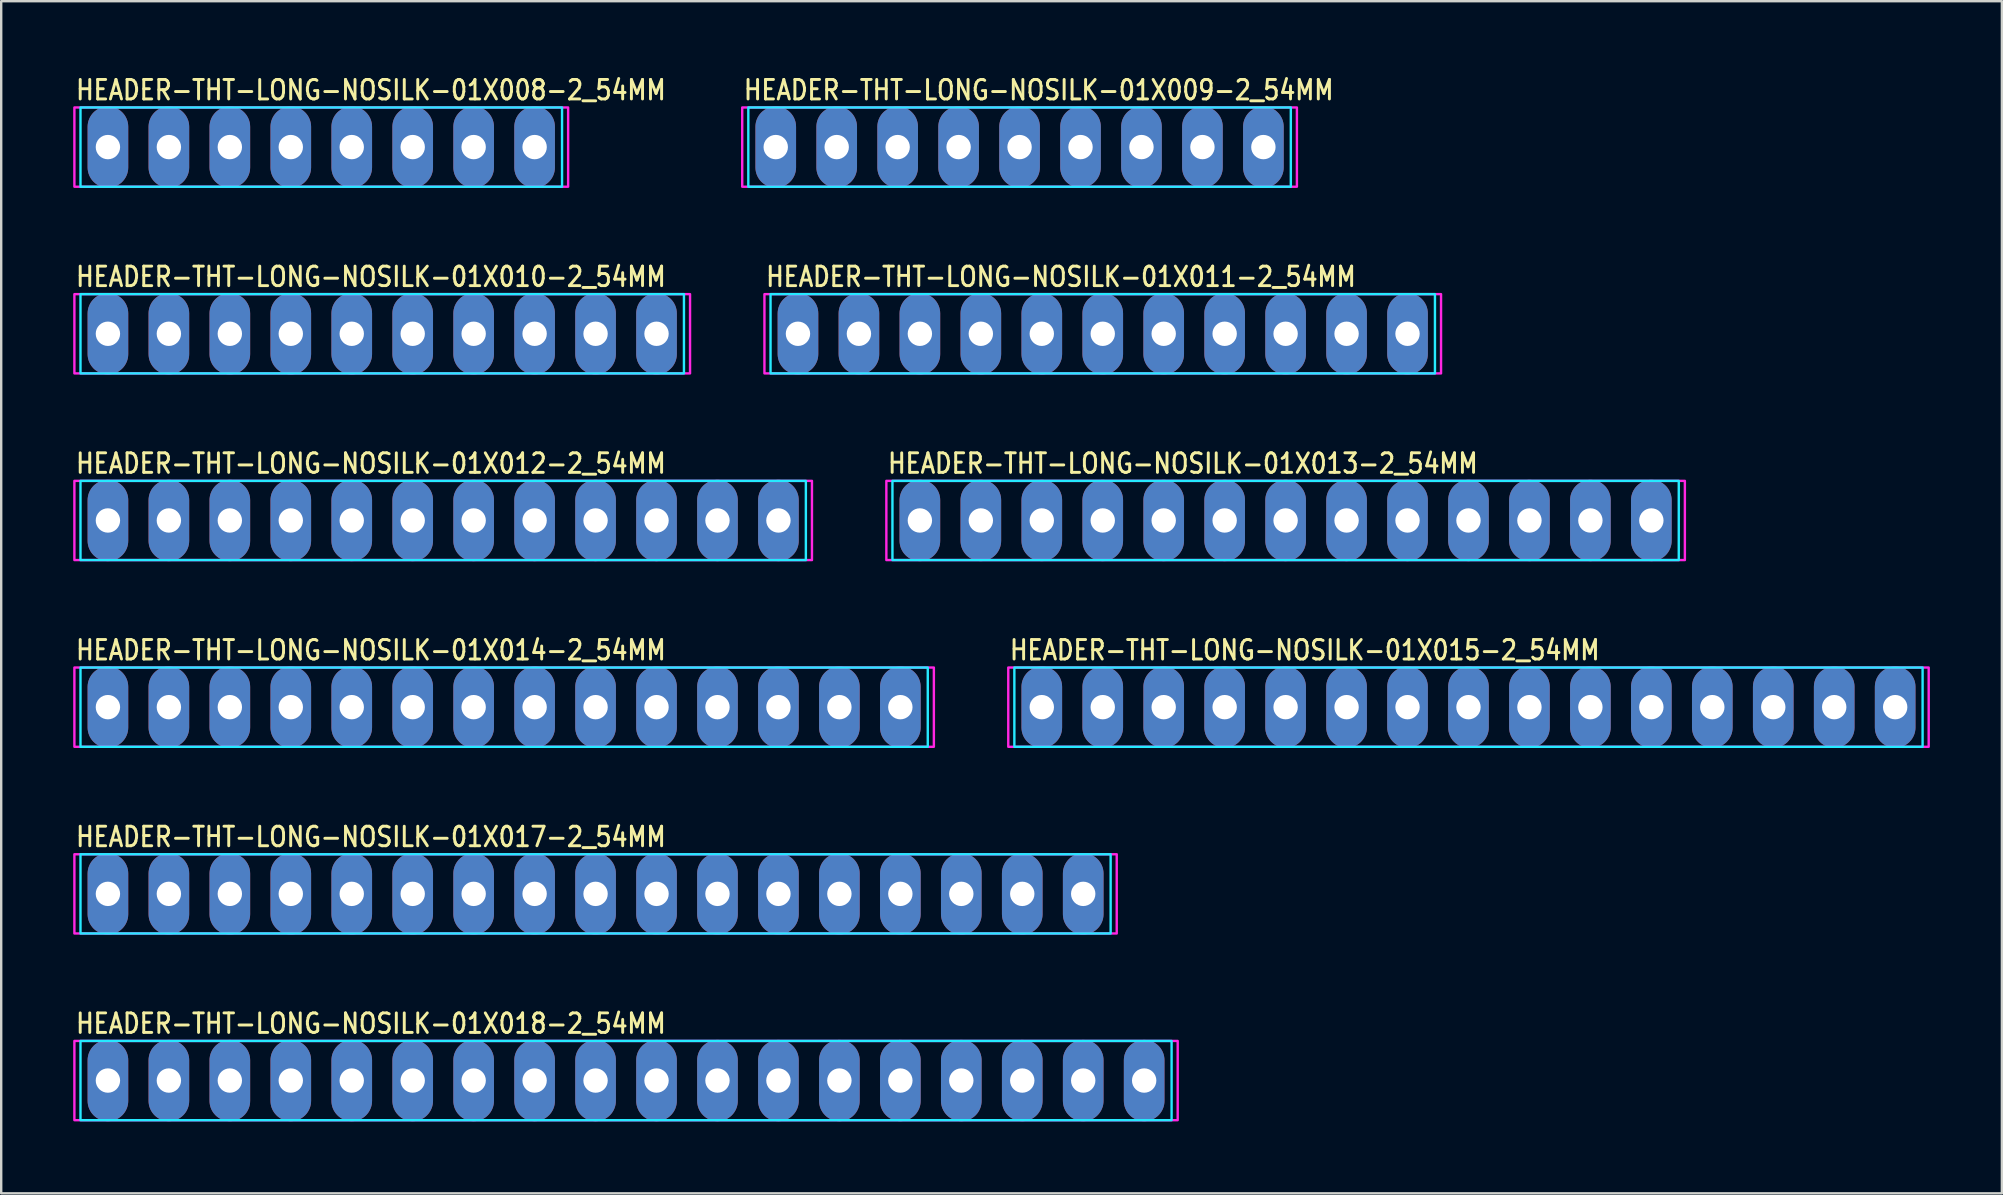
<source format=kicad_pcb>
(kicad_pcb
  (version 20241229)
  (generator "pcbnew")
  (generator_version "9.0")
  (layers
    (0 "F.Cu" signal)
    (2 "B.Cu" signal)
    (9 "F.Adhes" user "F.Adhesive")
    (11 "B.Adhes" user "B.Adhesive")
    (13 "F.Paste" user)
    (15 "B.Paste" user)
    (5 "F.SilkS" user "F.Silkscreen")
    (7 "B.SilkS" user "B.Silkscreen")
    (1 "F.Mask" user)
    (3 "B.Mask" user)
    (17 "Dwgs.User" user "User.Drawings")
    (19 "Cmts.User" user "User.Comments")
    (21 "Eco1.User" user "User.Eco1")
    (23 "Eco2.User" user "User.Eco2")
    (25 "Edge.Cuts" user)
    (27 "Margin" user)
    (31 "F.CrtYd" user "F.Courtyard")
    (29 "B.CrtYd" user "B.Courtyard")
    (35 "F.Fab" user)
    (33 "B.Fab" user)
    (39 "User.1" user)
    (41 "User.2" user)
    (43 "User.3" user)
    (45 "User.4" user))
  (footprint "HEADER-THT-LONG-NOSILK-01X015-2_54MM"
    (layer "F.Cu")
    (at 40.361 26.417)
    (property "Reference" "HEADER-THT-LONG-NOSILK-01X015-2_54MM" (at -1.4 -1.9 0) (unlocked yes) (layer "F.SilkS") (effects (font (size 0.813 0.695) (thickness 0.122)) (justify left bottom)))
    (fp_poly (pts (xy -1.143 -1.651) (xy 36.703 -1.651) (xy 36.703 1.651) (xy -1.143 1.651)) (stroke (width 0.1) (type solid)) (fill no) (layer "B.CrtYd"))
    (fp_poly (pts (xy -1.397 -1.651) (xy 36.957 -1.651) (xy 36.957 1.651) (xy -1.397 1.651)) (stroke (width 0.1) (type solid)) (fill no) (layer "F.CrtYd"))
    (pad "1" thru_hole oval (at 0 0 90) (size 3.387 1.693) (drill 1.016) (layers "*.Cu" "*.Mask"))
    (pad "2" thru_hole oval (at 2.54 0 90) (size 3.387 1.693) (drill 1.016) (layers "*.Cu" "*.Mask"))
    (pad "3" thru_hole oval (at 5.08 0 90) (size 3.387 1.693) (drill 1.016) (layers "*.Cu" "*.Mask"))
    (pad "4" thru_hole oval (at 7.62 0 90) (size 3.387 1.693) (drill 1.016) (layers "*.Cu" "*.Mask"))
    (pad "5" thru_hole oval (at 10.16 0 90) (size 3.387 1.693) (drill 1.016) (layers "*.Cu" "*.Mask"))
    (pad "6" thru_hole oval (at 12.7 0 90) (size 3.387 1.693) (drill 1.016) (layers "*.Cu" "*.Mask"))
    (pad "7" thru_hole oval (at 15.24 0 90) (size 3.387 1.693) (drill 1.016) (layers "*.Cu" "*.Mask"))
    (pad "8" thru_hole oval (at 17.78 0 90) (size 3.387 1.693) (drill 1.016) (layers "*.Cu" "*.Mask"))
    (pad "9" thru_hole oval (at 20.32 0 90) (size 3.387 1.693) (drill 1.016) (layers "*.Cu" "*.Mask"))
    (pad "10" thru_hole oval (at 22.86 0 90) (size 3.387 1.693) (drill 1.016) (layers "*.Cu" "*.Mask"))
    (pad "11" thru_hole oval (at 25.4 0 90) (size 3.387 1.693) (drill 1.016) (layers "*.Cu" "*.Mask"))
    (pad "12" thru_hole oval (at 27.94 0 90) (size 3.387 1.693) (drill 1.016) (layers "*.Cu" "*.Mask"))
    (pad "13" thru_hole oval (at 30.48 0 90) (size 3.387 1.693) (drill 1.016) (layers "*.Cu" "*.Mask"))
    (pad "14" thru_hole oval (at 33.02 0 90) (size 3.387 1.693) (drill 1.016) (layers "*.Cu" "*.Mask"))
    (pad "15" thru_hole oval (at 35.56 0 90) (size 3.387 1.693) (drill 1.016) (layers "*.Cu" "*.Mask")))
  (footprint "HEADER-THT-LONG-NOSILK-01X009-2_54MM"
    (layer "F.Cu")
    (at 29.275 3.079)
    (property "Reference" "HEADER-THT-LONG-NOSILK-01X009-2_54MM" (at -1.4 -1.9 0) (unlocked yes) (layer "F.SilkS") (effects (font (size 0.813 0.695) (thickness 0.122)) (justify left bottom)))
    (fp_poly (pts (xy -1.143 -1.651) (xy 21.463 -1.651) (xy 21.463 1.651) (xy -1.143 1.651)) (stroke (width 0.1) (type solid)) (fill no) (layer "B.CrtYd"))
    (fp_poly (pts (xy -1.397 -1.651) (xy 21.717 -1.651) (xy 21.717 1.651) (xy -1.397 1.651)) (stroke (width 0.1) (type solid)) (fill no) (layer "F.CrtYd"))
    (pad "1" thru_hole oval (at 0 0 90) (size 3.387 1.693) (drill 1.016) (layers "*.Cu" "*.Mask"))
    (pad "2" thru_hole oval (at 2.54 0 90) (size 3.387 1.693) (drill 1.016) (layers "*.Cu" "*.Mask"))
    (pad "3" thru_hole oval (at 5.08 0 90) (size 3.387 1.693) (drill 1.016) (layers "*.Cu" "*.Mask"))
    (pad "4" thru_hole oval (at 7.62 0 90) (size 3.387 1.693) (drill 1.016) (layers "*.Cu" "*.Mask"))
    (pad "5" thru_hole oval (at 10.16 0 90) (size 3.387 1.693) (drill 1.016) (layers "*.Cu" "*.Mask"))
    (pad "6" thru_hole oval (at 12.7 0 90) (size 3.387 1.693) (drill 1.016) (layers "*.Cu" "*.Mask"))
    (pad "7" thru_hole oval (at 15.24 0 90) (size 3.387 1.693) (drill 1.016) (layers "*.Cu" "*.Mask"))
    (pad "8" thru_hole oval (at 17.78 0 90) (size 3.387 1.693) (drill 1.016) (layers "*.Cu" "*.Mask"))
    (pad "9" thru_hole oval (at 20.32 0 90) (size 3.387 1.693) (drill 1.016) (layers "*.Cu" "*.Mask")))
  (footprint "HEADER-THT-LONG-NOSILK-01X014-2_54MM"
    (layer "F.Cu")
    (at 1.447 26.417)
    (property "Reference" "HEADER-THT-LONG-NOSILK-01X014-2_54MM" (at -1.4 -1.9 0) (unlocked yes) (layer "F.SilkS") (effects (font (size 0.813 0.695) (thickness 0.122)) (justify left bottom)))
    (fp_poly (pts (xy -1.143 -1.651) (xy 34.163 -1.651) (xy 34.163 1.651) (xy -1.143 1.651)) (stroke (width 0.1) (type solid)) (fill no) (layer "B.CrtYd"))
    (fp_poly (pts (xy -1.397 -1.651) (xy 34.417 -1.651) (xy 34.417 1.651) (xy -1.397 1.651)) (stroke (width 0.1) (type solid)) (fill no) (layer "F.CrtYd"))
    (pad "1" thru_hole oval (at 0 0 90) (size 3.387 1.693) (drill 1.016) (layers "*.Cu" "*.Mask"))
    (pad "2" thru_hole oval (at 2.54 0 90) (size 3.387 1.693) (drill 1.016) (layers "*.Cu" "*.Mask"))
    (pad "3" thru_hole oval (at 5.08 0 90) (size 3.387 1.693) (drill 1.016) (layers "*.Cu" "*.Mask"))
    (pad "4" thru_hole oval (at 7.62 0 90) (size 3.387 1.693) (drill 1.016) (layers "*.Cu" "*.Mask"))
    (pad "5" thru_hole oval (at 10.16 0 90) (size 3.387 1.693) (drill 1.016) (layers "*.Cu" "*.Mask"))
    (pad "6" thru_hole oval (at 12.7 0 90) (size 3.387 1.693) (drill 1.016) (layers "*.Cu" "*.Mask"))
    (pad "7" thru_hole oval (at 15.24 0 90) (size 3.387 1.693) (drill 1.016) (layers "*.Cu" "*.Mask"))
    (pad "8" thru_hole oval (at 17.78 0 90) (size 3.387 1.693) (drill 1.016) (layers "*.Cu" "*.Mask"))
    (pad "9" thru_hole oval (at 20.32 0 90) (size 3.387 1.693) (drill 1.016) (layers "*.Cu" "*.Mask"))
    (pad "10" thru_hole oval (at 22.86 0 90) (size 3.387 1.693) (drill 1.016) (layers "*.Cu" "*.Mask"))
    (pad "11" thru_hole oval (at 25.4 0 90) (size 3.387 1.693) (drill 1.016) (layers "*.Cu" "*.Mask"))
    (pad "12" thru_hole oval (at 27.94 0 90) (size 3.387 1.693) (drill 1.016) (layers "*.Cu" "*.Mask"))
    (pad "13" thru_hole oval (at 30.48 0 90) (size 3.387 1.693) (drill 1.016) (layers "*.Cu" "*.Mask"))
    (pad "14" thru_hole oval (at 33.02 0 90) (size 3.387 1.693) (drill 1.016) (layers "*.Cu" "*.Mask")))
  (footprint "HEADER-THT-LONG-NOSILK-01X008-2_54MM"
    (layer "F.Cu")
    (at 1.447 3.079)
    (property "Reference" "HEADER-THT-LONG-NOSILK-01X008-2_54MM" (at -1.4 -1.9 0) (unlocked yes) (layer "F.SilkS") (effects (font (size 0.813 0.695) (thickness 0.122)) (justify left bottom)))
    (fp_poly (pts (xy -1.143 -1.651) (xy 18.923 -1.651) (xy 18.923 1.651) (xy -1.143 1.651)) (stroke (width 0.1) (type solid)) (fill no) (layer "B.CrtYd"))
    (fp_poly (pts (xy -1.397 -1.651) (xy 19.177 -1.651) (xy 19.177 1.651) (xy -1.397 1.651)) (stroke (width 0.1) (type solid)) (fill no) (layer "F.CrtYd"))
    (pad "1" thru_hole oval (at 0 0 90) (size 3.387 1.693) (drill 1.016) (layers "*.Cu" "*.Mask"))
    (pad "2" thru_hole oval (at 2.54 0 90) (size 3.387 1.693) (drill 1.016) (layers "*.Cu" "*.Mask"))
    (pad "3" thru_hole oval (at 5.08 0 90) (size 3.387 1.693) (drill 1.016) (layers "*.Cu" "*.Mask"))
    (pad "4" thru_hole oval (at 7.62 0 90) (size 3.387 1.693) (drill 1.016) (layers "*.Cu" "*.Mask"))
    (pad "5" thru_hole oval (at 10.16 0 90) (size 3.387 1.693) (drill 1.016) (layers "*.Cu" "*.Mask"))
    (pad "6" thru_hole oval (at 12.7 0 90) (size 3.387 1.693) (drill 1.016) (layers "*.Cu" "*.Mask"))
    (pad "7" thru_hole oval (at 15.24 0 90) (size 3.387 1.693) (drill 1.016) (layers "*.Cu" "*.Mask"))
    (pad "8" thru_hole oval (at 17.78 0 90) (size 3.387 1.693) (drill 1.016) (layers "*.Cu" "*.Mask")))
  (footprint "HEADER-THT-LONG-NOSILK-01X011-2_54MM"
    (layer "F.Cu")
    (at 30.201 10.858)
    (property "Reference" "HEADER-THT-LONG-NOSILK-01X011-2_54MM" (at -1.4 -1.9 0) (unlocked yes) (layer "F.SilkS") (effects (font (size 0.813 0.695) (thickness 0.122)) (justify left bottom)))
    (fp_poly (pts (xy -1.143 -1.651) (xy 26.543 -1.651) (xy 26.543 1.651) (xy -1.143 1.651)) (stroke (width 0.1) (type solid)) (fill no) (layer "B.CrtYd"))
    (fp_poly (pts (xy -1.397 -1.651) (xy 26.797 -1.651) (xy 26.797 1.651) (xy -1.397 1.651)) (stroke (width 0.1) (type solid)) (fill no) (layer "F.CrtYd"))
    (pad "1" thru_hole oval (at 0 0 90) (size 3.387 1.693) (drill 1.016) (layers "*.Cu" "*.Mask"))
    (pad "2" thru_hole oval (at 2.54 0 90) (size 3.387 1.693) (drill 1.016) (layers "*.Cu" "*.Mask"))
    (pad "3" thru_hole oval (at 5.08 0 90) (size 3.387 1.693) (drill 1.016) (layers "*.Cu" "*.Mask"))
    (pad "4" thru_hole oval (at 7.62 0 90) (size 3.387 1.693) (drill 1.016) (layers "*.Cu" "*.Mask"))
    (pad "5" thru_hole oval (at 10.16 0 90) (size 3.387 1.693) (drill 1.016) (layers "*.Cu" "*.Mask"))
    (pad "6" thru_hole oval (at 12.7 0 90) (size 3.387 1.693) (drill 1.016) (layers "*.Cu" "*.Mask"))
    (pad "7" thru_hole oval (at 15.24 0 90) (size 3.387 1.693) (drill 1.016) (layers "*.Cu" "*.Mask"))
    (pad "8" thru_hole oval (at 17.78 0 90) (size 3.387 1.693) (drill 1.016) (layers "*.Cu" "*.Mask"))
    (pad "9" thru_hole oval (at 20.32 0 90) (size 3.387 1.693) (drill 1.016) (layers "*.Cu" "*.Mask"))
    (pad "10" thru_hole oval (at 22.86 0 90) (size 3.387 1.693) (drill 1.016) (layers "*.Cu" "*.Mask"))
    (pad "11" thru_hole oval (at 25.4 0 90) (size 3.387 1.693) (drill 1.016) (layers "*.Cu" "*.Mask")))
  (footprint "HEADER-THT-LONG-NOSILK-01X010-2_54MM"
    (layer "F.Cu")
    (at 1.447 10.858)
    (property "Reference" "HEADER-THT-LONG-NOSILK-01X010-2_54MM" (at -1.4 -1.9 0) (unlocked yes) (layer "F.SilkS") (effects (font (size 0.813 0.695) (thickness 0.122)) (justify left bottom)))
    (fp_poly (pts (xy -1.143 -1.651) (xy 24.003 -1.651) (xy 24.003 1.651) (xy -1.143 1.651)) (stroke (width 0.1) (type solid)) (fill no) (layer "B.CrtYd"))
    (fp_poly (pts (xy -1.397 -1.651) (xy 24.257 -1.651) (xy 24.257 1.651) (xy -1.397 1.651)) (stroke (width 0.1) (type solid)) (fill no) (layer "F.CrtYd"))
    (pad "1" thru_hole oval (at 0 0 90) (size 3.387 1.693) (drill 1.016) (layers "*.Cu" "*.Mask"))
    (pad "2" thru_hole oval (at 2.54 0 90) (size 3.387 1.693) (drill 1.016) (layers "*.Cu" "*.Mask"))
    (pad "3" thru_hole oval (at 5.08 0 90) (size 3.387 1.693) (drill 1.016) (layers "*.Cu" "*.Mask"))
    (pad "4" thru_hole oval (at 7.62 0 90) (size 3.387 1.693) (drill 1.016) (layers "*.Cu" "*.Mask"))
    (pad "5" thru_hole oval (at 10.16 0 90) (size 3.387 1.693) (drill 1.016) (layers "*.Cu" "*.Mask"))
    (pad "6" thru_hole oval (at 12.7 0 90) (size 3.387 1.693) (drill 1.016) (layers "*.Cu" "*.Mask"))
    (pad "7" thru_hole oval (at 15.24 0 90) (size 3.387 1.693) (drill 1.016) (layers "*.Cu" "*.Mask"))
    (pad "8" thru_hole oval (at 17.78 0 90) (size 3.387 1.693) (drill 1.016) (layers "*.Cu" "*.Mask"))
    (pad "9" thru_hole oval (at 20.32 0 90) (size 3.387 1.693) (drill 1.016) (layers "*.Cu" "*.Mask"))
    (pad "10" thru_hole oval (at 22.86 0 90) (size 3.387 1.693) (drill 1.016) (layers "*.Cu" "*.Mask")))
  (footprint "HEADER-THT-LONG-NOSILK-01X012-2_54MM"
    (layer "F.Cu")
    (at 1.447 18.638)
    (property "Reference" "HEADER-THT-LONG-NOSILK-01X012-2_54MM" (at -1.4 -1.9 0) (unlocked yes) (layer "F.SilkS") (effects (font (size 0.813 0.695) (thickness 0.122)) (justify left bottom)))
    (fp_poly (pts (xy -1.143 -1.651) (xy 29.083 -1.651) (xy 29.083 1.651) (xy -1.143 1.651)) (stroke (width 0.1) (type solid)) (fill no) (layer "B.CrtYd"))
    (fp_poly (pts (xy -1.397 -1.651) (xy 29.337 -1.651) (xy 29.337 1.651) (xy -1.397 1.651)) (stroke (width 0.1) (type solid)) (fill no) (layer "F.CrtYd"))
    (pad "1" thru_hole oval (at 0 0 90) (size 3.387 1.693) (drill 1.016) (layers "*.Cu" "*.Mask"))
    (pad "2" thru_hole oval (at 2.54 0 90) (size 3.387 1.693) (drill 1.016) (layers "*.Cu" "*.Mask"))
    (pad "3" thru_hole oval (at 5.08 0 90) (size 3.387 1.693) (drill 1.016) (layers "*.Cu" "*.Mask"))
    (pad "4" thru_hole oval (at 7.62 0 90) (size 3.387 1.693) (drill 1.016) (layers "*.Cu" "*.Mask"))
    (pad "5" thru_hole oval (at 10.16 0 90) (size 3.387 1.693) (drill 1.016) (layers "*.Cu" "*.Mask"))
    (pad "6" thru_hole oval (at 12.7 0 90) (size 3.387 1.693) (drill 1.016) (layers "*.Cu" "*.Mask"))
    (pad "7" thru_hole oval (at 15.24 0 90) (size 3.387 1.693) (drill 1.016) (layers "*.Cu" "*.Mask"))
    (pad "8" thru_hole oval (at 17.78 0 90) (size 3.387 1.693) (drill 1.016) (layers "*.Cu" "*.Mask"))
    (pad "9" thru_hole oval (at 20.32 0 90) (size 3.387 1.693) (drill 1.016) (layers "*.Cu" "*.Mask"))
    (pad "10" thru_hole oval (at 22.86 0 90) (size 3.387 1.693) (drill 1.016) (layers "*.Cu" "*.Mask"))
    (pad "11" thru_hole oval (at 25.4 0 90) (size 3.387 1.693) (drill 1.016) (layers "*.Cu" "*.Mask"))
    (pad "12" thru_hole oval (at 27.94 0 90) (size 3.387 1.693) (drill 1.016) (layers "*.Cu" "*.Mask")))
  (footprint "HEADER-THT-LONG-NOSILK-01X013-2_54MM"
    (layer "F.Cu")
    (at 35.281 18.638)
    (property "Reference" "HEADER-THT-LONG-NOSILK-01X013-2_54MM" (at -1.4 -1.9 0) (unlocked yes) (layer "F.SilkS") (effects (font (size 0.813 0.695) (thickness 0.122)) (justify left bottom)))
    (fp_poly (pts (xy -1.143 -1.651) (xy 31.623 -1.651) (xy 31.623 1.651) (xy -1.143 1.651)) (stroke (width 0.1) (type solid)) (fill no) (layer "B.CrtYd"))
    (fp_poly (pts (xy -1.397 -1.651) (xy 31.877 -1.651) (xy 31.877 1.651) (xy -1.397 1.651)) (stroke (width 0.1) (type solid)) (fill no) (layer "F.CrtYd"))
    (pad "1" thru_hole oval (at 0 0 90) (size 3.387 1.693) (drill 1.016) (layers "*.Cu" "*.Mask"))
    (pad "2" thru_hole oval (at 2.54 0 90) (size 3.387 1.693) (drill 1.016) (layers "*.Cu" "*.Mask"))
    (pad "3" thru_hole oval (at 5.08 0 90) (size 3.387 1.693) (drill 1.016) (layers "*.Cu" "*.Mask"))
    (pad "4" thru_hole oval (at 7.62 0 90) (size 3.387 1.693) (drill 1.016) (layers "*.Cu" "*.Mask"))
    (pad "5" thru_hole oval (at 10.16 0 90) (size 3.387 1.693) (drill 1.016) (layers "*.Cu" "*.Mask"))
    (pad "6" thru_hole oval (at 12.7 0 90) (size 3.387 1.693) (drill 1.016) (layers "*.Cu" "*.Mask"))
    (pad "7" thru_hole oval (at 15.24 0 90) (size 3.387 1.693) (drill 1.016) (layers "*.Cu" "*.Mask"))
    (pad "8" thru_hole oval (at 17.78 0 90) (size 3.387 1.693) (drill 1.016) (layers "*.Cu" "*.Mask"))
    (pad "9" thru_hole oval (at 20.32 0 90) (size 3.387 1.693) (drill 1.016) (layers "*.Cu" "*.Mask"))
    (pad "10" thru_hole oval (at 22.86 0 90) (size 3.387 1.693) (drill 1.016) (layers "*.Cu" "*.Mask"))
    (pad "11" thru_hole oval (at 25.4 0 90) (size 3.387 1.693) (drill 1.016) (layers "*.Cu" "*.Mask"))
    (pad "12" thru_hole oval (at 27.94 0 90) (size 3.387 1.693) (drill 1.016) (layers "*.Cu" "*.Mask"))
    (pad "13" thru_hole oval (at 30.48 0 90) (size 3.387 1.693) (drill 1.016) (layers "*.Cu" "*.Mask")))
  (footprint "HEADER-THT-LONG-NOSILK-01X017-2_54MM"
    (layer "F.Cu")
    (at 1.447 34.197)
    (property "Reference" "HEADER-THT-LONG-NOSILK-01X017-2_54MM" (at -1.4 -1.9 0) (unlocked yes) (layer "F.SilkS") (effects (font (size 0.813 0.695) (thickness 0.122)) (justify left bottom)))
    (fp_poly (pts (xy -1.143 -1.651) (xy 41.783 -1.651) (xy 41.783 1.651) (xy -1.143 1.651)) (stroke (width 0.1) (type solid)) (fill no) (layer "B.CrtYd"))
    (fp_poly (pts (xy -1.397 -1.651) (xy 42.037 -1.651) (xy 42.037 1.651) (xy -1.397 1.651)) (stroke (width 0.1) (type solid)) (fill no) (layer "F.CrtYd"))
    (pad "1" thru_hole oval (at 0 0 90) (size 3.387 1.693) (drill 1.016) (layers "*.Cu" "*.Mask"))
    (pad "2" thru_hole oval (at 2.54 0 90) (size 3.387 1.693) (drill 1.016) (layers "*.Cu" "*.Mask"))
    (pad "3" thru_hole oval (at 5.08 0 90) (size 3.387 1.693) (drill 1.016) (layers "*.Cu" "*.Mask"))
    (pad "4" thru_hole oval (at 7.62 0 90) (size 3.387 1.693) (drill 1.016) (layers "*.Cu" "*.Mask"))
    (pad "5" thru_hole oval (at 10.16 0 90) (size 3.387 1.693) (drill 1.016) (layers "*.Cu" "*.Mask"))
    (pad "6" thru_hole oval (at 12.7 0 90) (size 3.387 1.693) (drill 1.016) (layers "*.Cu" "*.Mask"))
    (pad "7" thru_hole oval (at 15.24 0 90) (size 3.387 1.693) (drill 1.016) (layers "*.Cu" "*.Mask"))
    (pad "8" thru_hole oval (at 17.78 0 90) (size 3.387 1.693) (drill 1.016) (layers "*.Cu" "*.Mask"))
    (pad "9" thru_hole oval (at 20.32 0 90) (size 3.387 1.693) (drill 1.016) (layers "*.Cu" "*.Mask"))
    (pad "10" thru_hole oval (at 22.86 0 90) (size 3.387 1.693) (drill 1.016) (layers "*.Cu" "*.Mask"))
    (pad "11" thru_hole oval (at 25.4 0 90) (size 3.387 1.693) (drill 1.016) (layers "*.Cu" "*.Mask"))
    (pad "12" thru_hole oval (at 27.94 0 90) (size 3.387 1.693) (drill 1.016) (layers "*.Cu" "*.Mask"))
    (pad "13" thru_hole oval (at 30.48 0 90) (size 3.387 1.693) (drill 1.016) (layers "*.Cu" "*.Mask"))
    (pad "14" thru_hole oval (at 33.02 0 90) (size 3.387 1.693) (drill 1.016) (layers "*.Cu" "*.Mask"))
    (pad "15" thru_hole oval (at 35.56 0 90) (size 3.387 1.693) (drill 1.016) (layers "*.Cu" "*.Mask"))
    (pad "16" thru_hole oval (at 38.1 0 90) (size 3.387 1.693) (drill 1.016) (layers "*.Cu" "*.Mask"))
    (pad "17" thru_hole oval (at 40.64 0 90) (size 3.387 1.693) (drill 1.016) (layers "*.Cu" "*.Mask")))
  (footprint "HEADER-THT-LONG-NOSILK-01X018-2_54MM"
    (layer "F.Cu")
    (at 1.447 41.976)
    (property "Reference" "HEADER-THT-LONG-NOSILK-01X018-2_54MM" (at -1.4 -1.9 0) (unlocked yes) (layer "F.SilkS") (effects (font (size 0.813 0.695) (thickness 0.122)) (justify left bottom)))
    (fp_poly (pts (xy -1.143 -1.651) (xy 44.323 -1.651) (xy 44.323 1.651) (xy -1.143 1.651)) (stroke (width 0.1) (type solid)) (fill no) (layer "B.CrtYd"))
    (fp_poly (pts (xy -1.397 -1.651) (xy 44.577 -1.651) (xy 44.577 1.651) (xy -1.397 1.651)) (stroke (width 0.1) (type solid)) (fill no) (layer "F.CrtYd"))
    (pad "1" thru_hole oval (at 0 0 90) (size 3.387 1.693) (drill 1.016) (layers "*.Cu" "*.Mask"))
    (pad "2" thru_hole oval (at 2.54 0 90) (size 3.387 1.693) (drill 1.016) (layers "*.Cu" "*.Mask"))
    (pad "3" thru_hole oval (at 5.08 0 90) (size 3.387 1.693) (drill 1.016) (layers "*.Cu" "*.Mask"))
    (pad "4" thru_hole oval (at 7.62 0 90) (size 3.387 1.693) (drill 1.016) (layers "*.Cu" "*.Mask"))
    (pad "5" thru_hole oval (at 10.16 0 90) (size 3.387 1.693) (drill 1.016) (layers "*.Cu" "*.Mask"))
    (pad "6" thru_hole oval (at 12.7 0 90) (size 3.387 1.693) (drill 1.016) (layers "*.Cu" "*.Mask"))
    (pad "7" thru_hole oval (at 15.24 0 90) (size 3.387 1.693) (drill 1.016) (layers "*.Cu" "*.Mask"))
    (pad "8" thru_hole oval (at 17.78 0 90) (size 3.387 1.693) (drill 1.016) (layers "*.Cu" "*.Mask"))
    (pad "9" thru_hole oval (at 20.32 0 90) (size 3.387 1.693) (drill 1.016) (layers "*.Cu" "*.Mask"))
    (pad "10" thru_hole oval (at 22.86 0 90) (size 3.387 1.693) (drill 1.016) (layers "*.Cu" "*.Mask"))
    (pad "11" thru_hole oval (at 25.4 0 90) (size 3.387 1.693) (drill 1.016) (layers "*.Cu" "*.Mask"))
    (pad "12" thru_hole oval (at 27.94 0 90) (size 3.387 1.693) (drill 1.016) (layers "*.Cu" "*.Mask"))
    (pad "13" thru_hole oval (at 30.48 0 90) (size 3.387 1.693) (drill 1.016) (layers "*.Cu" "*.Mask"))
    (pad "14" thru_hole oval (at 33.02 0 90) (size 3.387 1.693) (drill 1.016) (layers "*.Cu" "*.Mask"))
    (pad "15" thru_hole oval (at 35.56 0 90) (size 3.387 1.693) (drill 1.016) (layers "*.Cu" "*.Mask"))
    (pad "16" thru_hole oval (at 38.1 0 90) (size 3.387 1.693) (drill 1.016) (layers "*.Cu" "*.Mask"))
    (pad "17" thru_hole oval (at 40.64 0 90) (size 3.387 1.693) (drill 1.016) (layers "*.Cu" "*.Mask"))
    (pad "18" thru_hole oval (at 43.18 0 90) (size 3.387 1.693) (drill 1.016) (layers "*.Cu" "*.Mask")))
  (gr_rect
    (start -3 -3)
    (end 80.368 46.677)
    (stroke (width 0.1) (type default))
    (fill no)
    (layer "Edge.Cuts")))
</source>
